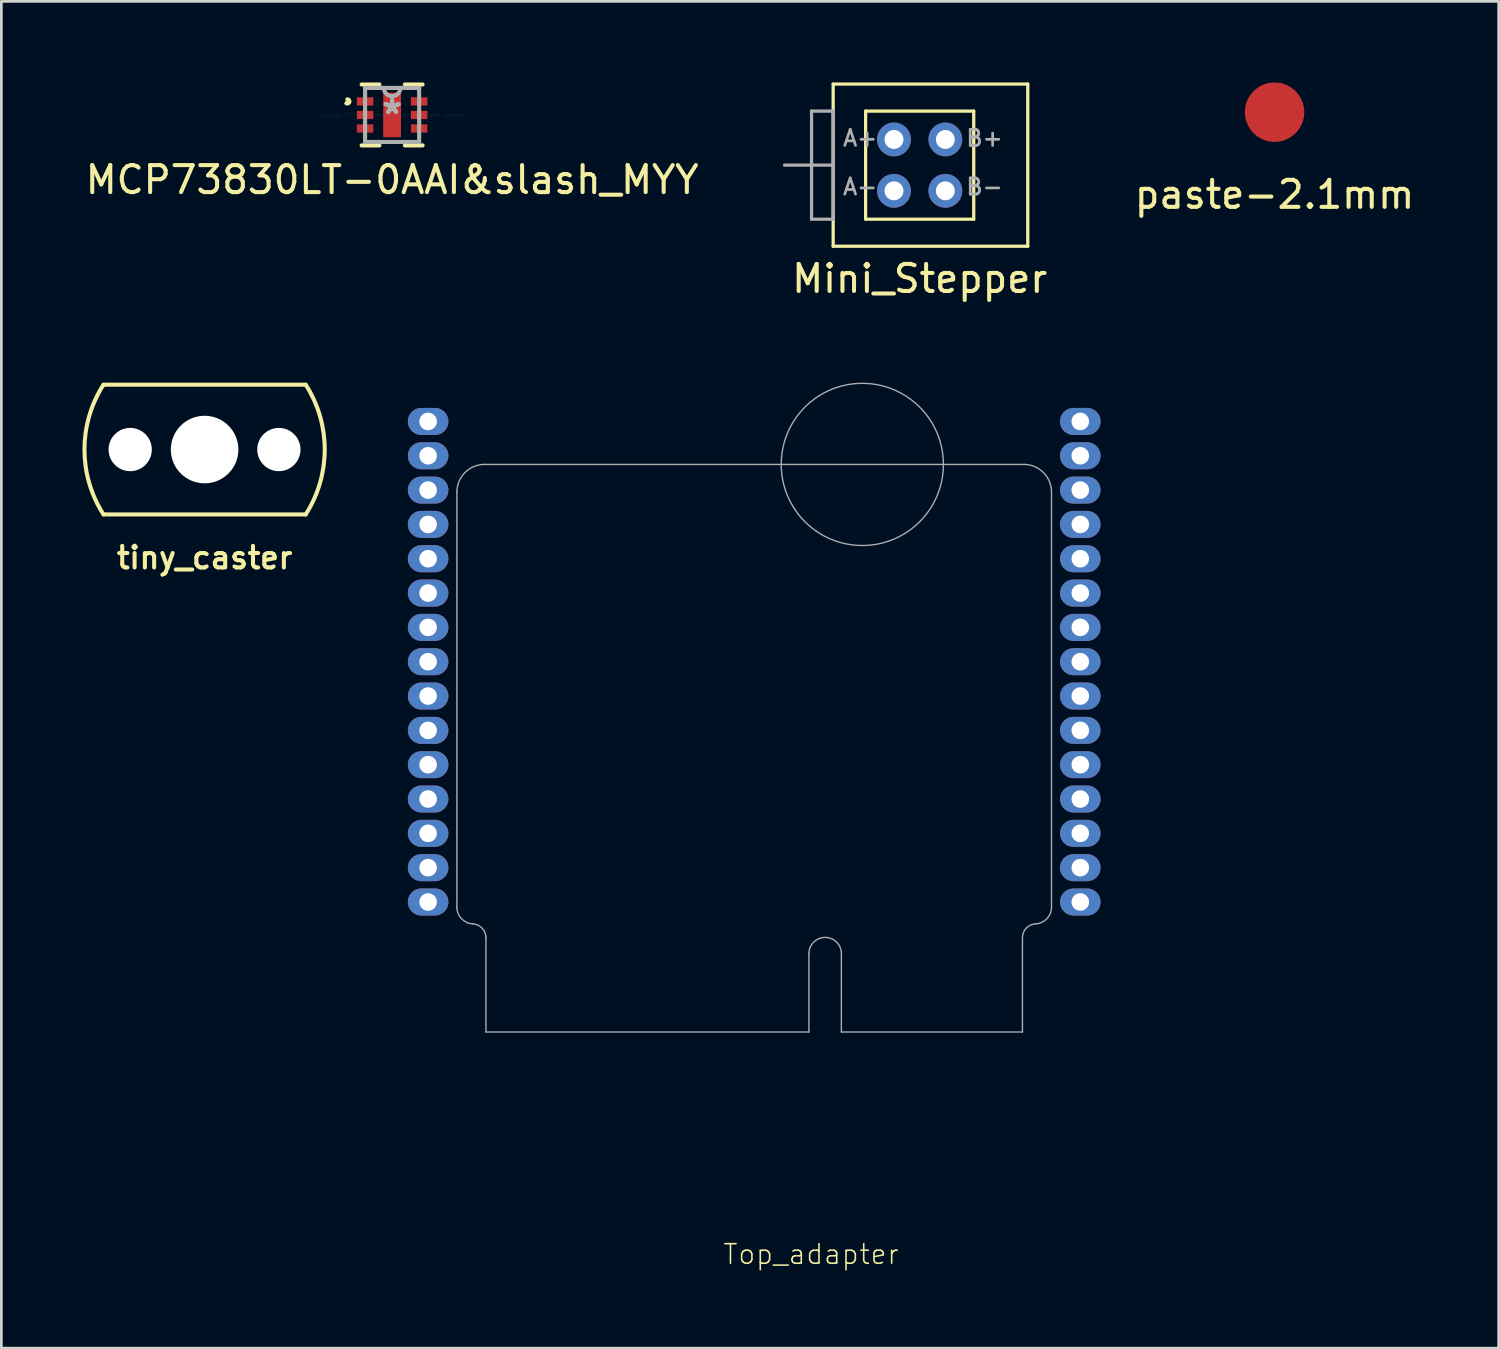
<source format=kicad_pcb>
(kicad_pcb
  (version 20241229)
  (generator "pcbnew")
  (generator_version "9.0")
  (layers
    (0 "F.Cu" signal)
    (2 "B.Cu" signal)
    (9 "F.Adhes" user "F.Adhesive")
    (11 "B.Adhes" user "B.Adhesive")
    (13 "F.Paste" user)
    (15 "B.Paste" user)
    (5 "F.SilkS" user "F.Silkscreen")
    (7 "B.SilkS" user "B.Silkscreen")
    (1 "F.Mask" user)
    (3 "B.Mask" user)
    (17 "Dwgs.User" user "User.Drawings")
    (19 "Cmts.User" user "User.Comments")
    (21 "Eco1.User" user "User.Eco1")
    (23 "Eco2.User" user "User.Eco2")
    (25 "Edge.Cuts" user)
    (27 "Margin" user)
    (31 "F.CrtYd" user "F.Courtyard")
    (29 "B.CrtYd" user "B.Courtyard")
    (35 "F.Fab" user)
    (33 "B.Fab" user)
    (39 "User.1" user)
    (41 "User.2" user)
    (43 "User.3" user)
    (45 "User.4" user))
  (footprint "paste-2.1mm"
    (layer "F.Cu")
    (at 44.108 1.1)
    (property "Reference" "paste-2.1mm" (at 0 3.048 0) (layer "F.SilkS") (effects (font (size 1 1) (thickness 0.15))))
    (attr through_hole)
    (pad "1" smd circle (at 0 0) (size 2.2 2.2) (layers "F.Cu" "F.Mask" "F.Paste")))
  (footprint "tiny_caster"
    (layer "F.Cu")
    (at 4.52 13.583)
    (property "Reference" "tiny_caster" (at 0 4 0) (layer "F.SilkS") (effects (font (size 0.8 0.8) (thickness 0.15))))
    (attr through_hole)
    (fp_line (start -3.741 -2.4) (end 3.741 -2.4) (stroke (width 0.15) (type solid)) (layer "F.SilkS"))
    (fp_line (start 3.741 2.4) (end -3.741 2.4) (stroke (width 0.15) (type solid)) (layer "F.SilkS"))
    (fp_arc (start -3.741393 2.4) (mid -4.445 0) (end -3.741393 -2.4) (stroke (width 0.15) (type solid)) (layer "F.SilkS"))
    (fp_arc (start 3.741393 -2.4) (mid 4.445 0) (end 3.741393 2.4) (stroke (width 0.15) (type solid)) (layer "F.SilkS"))
    (pad "" np_thru_hole circle (at -2.753 0) (size 1.6 1.6) (drill 1.6) (layers "*.Cu" "*.Mask"))
    (pad "" np_thru_hole circle (at 0 0) (size 2.5 2.5) (drill 2.5) (layers "*.Cu" "*.Mask"))
    (pad "" np_thru_hole circle (at 2.748 0) (size 1.6 1.6) (drill 1.6) (layers "*.Cu" "*.Mask")))
  (footprint "Mini_Stepper"
    (layer "F.Cu")
    (at 30.977 3.06)
    (property "Reference" "Mini_Stepper" (at 0 4.2 0) (layer "F.SilkS") (effects (font (size 1 1) (thickness 0.15))))
    (attr through_hole)
    (fp_line (start -3.2 -3) (end -3.2 3) (stroke (width 0.12) (type solid)) (layer "F.SilkS"))
    (fp_line (start -3.2 -3) (end 4 -3) (stroke (width 0.12) (type solid)) (layer "F.SilkS"))
    (fp_line (start -3.2 3) (end 4 3) (stroke (width 0.12) (type solid)) (layer "F.SilkS"))
    (fp_line (start -2 -2) (end -2 2) (stroke (width 0.12) (type solid)) (layer "F.SilkS"))
    (fp_line (start -2 2) (end 2 2) (stroke (width 0.12) (type solid)) (layer "F.SilkS"))
    (fp_line (start 2 -2) (end -2 -2) (stroke (width 0.12) (type solid)) (layer "F.SilkS"))
    (fp_line (start 2 2) (end 2 -2) (stroke (width 0.12) (type solid)) (layer "F.SilkS"))
    (fp_line (start 4 -3) (end 4 3) (stroke (width 0.12) (type solid)) (layer "F.SilkS"))
    (fp_line (start -4 -2) (end -4 2) (stroke (width 0.12) (type solid)) (layer "F.Fab"))
    (fp_line (start -4 2) (end -3.2 2) (stroke (width 0.12) (type solid)) (layer "F.Fab"))
    (fp_line (start -3.2 -2) (end -4 -2) (stroke (width 0.12) (type solid)) (layer "F.Fab"))
    (fp_line (start -3.2 0) (end -5 0) (stroke (width 0.12) (type solid)) (layer "F.Fab"))
    (fp_line (start -3.2 2) (end -3.2 -2) (stroke (width 0.12) (type solid)) (layer "F.Fab"))
    (fp_text user "B+" (at 2.4 -1 0) (layer "F.Fab") (effects (font (size 0.6 0.6) (thickness 0.1))))
    (fp_text user "B-" (at 2.4 0.8 0) (layer "F.Fab") (effects (font (size 0.6 0.6) (thickness 0.1))))
    (fp_text user "A-" (at -2.2 0.8 0) (layer "F.Fab") (effects (font (size 0.6 0.6) (thickness 0.1))))
    (fp_text user "A+" (at -2.2 -1 0) (layer "F.Fab") (effects (font (size 0.6 0.6) (thickness 0.1))))
    (pad "1" thru_hole circle (at -0.95 -0.95) (size 1.25 1.25) (drill 0.7) (layers "*.Cu" "*.Mask"))
    (pad "2" thru_hole circle (at -0.95 0.95) (size 1.25 1.25) (drill 0.7) (layers "*.Cu" "*.Mask"))
    (pad "3" thru_hole circle (at 0.95 -0.95) (size 1.25 1.25) (drill 0.7) (layers "*.Cu" "*.Mask"))
    (pad "4" thru_hole circle (at 0.95 0.95) (size 1.25 1.25) (drill 0.7) (layers "*.Cu" "*.Mask")))
  (footprint "MCP73830LT-0AAI&slash_MYY"
    (layer "F.Cu")
    (at 11.458 1.203)
    (property "Reference" "MCP73830LT-0AAI&slash_MYY" (at 0 2.4 0) (layer "F.SilkS") (effects (font (size 1 1) (thickness 0.15))))
    (attr through_hole)
    (fp_line (start -1.127 1.127) (end -0.471 1.127) (stroke (width 0.152) (type solid)) (layer "F.SilkS"))
    (fp_line (start -0.471 -1.127) (end -1.127 -1.127) (stroke (width 0.152) (type solid)) (layer "F.SilkS"))
    (fp_line (start 0.471 1.127) (end 1.127 1.127) (stroke (width 0.152) (type solid)) (layer "F.SilkS"))
    (fp_line (start 1.127 -1.127) (end 0.471 -1.127) (stroke (width 0.152) (type solid)) (layer "F.SilkS"))
    (fp_arc (start -1.6564 -0.5762) (mid -1.582571 -0.48114) (end -1.692946 -0.433135) (stroke (width 0.1524) (type solid)) (layer "F.SilkS"))
    (fp_line (start -1 -1) (end -1 1) (stroke (width 0.152) (type solid)) (layer "F.Fab"))
    (fp_line (start -1 1) (end 1 1) (stroke (width 0.152) (type solid)) (layer "F.Fab"))
    (fp_line (start 1 -1) (end -1 -1) (stroke (width 0.152) (type solid)) (layer "F.Fab"))
    (fp_line (start 1 1) (end 1 -1) (stroke (width 0.152) (type solid)) (layer "F.Fab"))
    (fp_arc (start 0.3048 -1) (mid 0 -0.6952) (end -0.3048 -1) (stroke (width 0.1524) (type solid)) (layer "F.Fab"))
    (fp_text user "*" (at 0 0 0) (layer "F.SilkS") (effects (font (size 1 1) (thickness 0.15))))
    (fp_text user "Copyright 2016 Accelerated Designs. All rights reserved." (at 0 0 0) (layer "Cmts.User") (effects (font (size 0.127 0.127) (thickness 0.002))))
    (fp_text user "*" (at 0 0 0) (layer "F.Fab") (effects (font (size 1 1) (thickness 0.15))))
    (pad "1" smd rect (at -1 -0.5) (size 0.61 0.305) (layers "F.Cu" "F.Mask" "F.Paste"))
    (pad "2" smd rect (at -1 0) (size 0.61 0.305) (layers "F.Cu" "F.Mask" "F.Paste"))
    (pad "3" smd rect (at -1 0.5) (size 0.61 0.305) (layers "F.Cu" "F.Mask" "F.Paste"))
    (pad "4" smd rect (at 1 0.5) (size 0.61 0.305) (layers "F.Cu" "F.Mask" "F.Paste"))
    (pad "5" smd rect (at 1 0) (size 0.61 0.305) (layers "F.Cu" "F.Mask" "F.Paste"))
    (pad "6" smd rect (at 1 -0.5) (size 0.61 0.305) (layers "F.Cu" "F.Mask" "F.Paste"))
    (pad "7" smd rect (at 0 0) (size 0.66 1.651) (layers "F.Cu" "F.Mask" "F.Paste")))
  (footprint "Top_adapter"
    (layer "F.Cu")
    (at 24.855 34.133)
    (property "Reference" "Top_adapter" (at 5.4 8.8 180) (layer "F.SilkS") (effects (font (size 0.724 0.724) (thickness 0.058)) (justify right top)))
    (attr through_hole)
    (fp_line (start -11 -19) (end -11 -3.6) (stroke (width 0.051) (type solid)) (layer "F.Fab"))
    (fp_line (start -9.925 1) (end -9.925 -2.5) (stroke (width 0.051) (type solid)) (layer "F.Fab"))
    (fp_line (start 2.025 -1.9) (end 2.025 1) (stroke (width 0.051) (type solid)) (layer "F.Fab"))
    (fp_line (start 2.025 1) (end -9.925 1) (stroke (width 0.051) (type solid)) (layer "F.Fab"))
    (fp_line (start 3.225 -1.9) (end 3.225 1) (stroke (width 0.051) (type solid)) (layer "F.Fab"))
    (fp_line (start 9.925 -2.5) (end 9.925 1) (stroke (width 0.051) (type solid)) (layer "F.Fab"))
    (fp_line (start 9.925 1) (end 3.225 1) (stroke (width 0.051) (type solid)) (layer "F.Fab"))
    (fp_line (start 10 -20) (end -10 -20) (stroke (width 0.051) (type solid)) (layer "F.Fab"))
    (fp_line (start 11 -19) (end 11 -3.6) (stroke (width 0.05) (type solid)) (layer "F.Fab"))
    (fp_arc (start -11 -19) (mid -10.7 -19.7) (end -10 -20) (stroke (width 0.05) (type solid)) (layer "F.Fab"))
    (fp_arc (start -10.400001 -2.999999) (mid -10.819362 -3.180638) (end -11 -3.6) (stroke (width 0.05) (type solid)) (layer "F.Fab"))
    (fp_arc (start -10.4 -3) (mid -10.066759 -2.840954) (end -9.925 -2.5) (stroke (width 0.0508) (type solid)) (layer "F.Fab"))
    (fp_arc (start 2.025 -1.9) (mid 2.625 -2.5) (end 3.225 -1.9) (stroke (width 0.0508) (type solid)) (layer "F.Fab"))
    (fp_arc (start 9.925 -2.5) (mid 10.065344 -2.842298) (end 10.4 -3) (stroke (width 0.0508) (type solid)) (layer "F.Fab"))
    (fp_arc (start 10 -20) (mid 10.7 -19.7) (end 11 -19) (stroke (width 0.05) (type solid)) (layer "F.Fab"))
    (fp_arc (start 10.999999 -3.599999) (mid 10.819361 -3.180638) (end 10.4 -3) (stroke (width 0.05) (type solid)) (layer "F.Fab"))
    (fp_circle (center 4 -20) (end 7 -20) (stroke (width 0.05) (type solid)) (fill no) (layer "F.Fab"))
    (pad "1" thru_hole oval (at -12.065 -21.59 90) (size 1 1.5) (drill 0.65) (layers "*.Cu" "*.Mask"))
    (pad "2" thru_hole oval (at -12.065 -20.32 90) (size 1 1.5) (drill 0.65) (layers "*.Cu" "*.Mask"))
    (pad "3" thru_hole oval (at -12.065 -19.05 90) (size 1 1.5) (drill 0.65) (layers "*.Cu" "*.Mask"))
    (pad "4" thru_hole oval (at -12.065 -17.78 90) (size 1 1.5) (drill 0.65) (layers "*.Cu" "*.Mask"))
    (pad "5" thru_hole oval (at -12.065 -16.51 90) (size 1 1.5) (drill 0.65) (layers "*.Cu" "*.Mask"))
    (pad "6" thru_hole oval (at -12.065 -15.24 90) (size 1 1.5) (drill 0.65) (layers "*.Cu" "*.Mask"))
    (pad "7" thru_hole oval (at -12.065 -13.97 90) (size 1 1.5) (drill 0.65) (layers "*.Cu" "*.Mask"))
    (pad "8" thru_hole oval (at -12.065 -12.7 90) (size 1 1.5) (drill 0.65) (layers "*.Cu" "*.Mask"))
    (pad "9" thru_hole oval (at -12.065 -11.43 90) (size 1 1.5) (drill 0.65) (layers "*.Cu" "*.Mask"))
    (pad "10" thru_hole oval (at -12.065 -10.16 90) (size 1 1.5) (drill 0.65) (layers "*.Cu" "*.Mask"))
    (pad "11" thru_hole oval (at -12.065 -8.89 90) (size 1 1.5) (drill 0.65) (layers "*.Cu" "*.Mask"))
    (pad "12" thru_hole oval (at -12.065 -7.62 90) (size 1 1.5) (drill 0.65) (layers "*.Cu" "*.Mask"))
    (pad "13" thru_hole oval (at -12.065 -6.35 90) (size 1 1.5) (drill 0.65) (layers "*.Cu" "*.Mask"))
    (pad "14" thru_hole oval (at -12.065 -5.08 90) (size 1 1.5) (drill 0.65) (layers "*.Cu" "*.Mask"))
    (pad "15" thru_hole oval (at -12.065 -3.81 90) (size 1 1.5) (drill 0.65) (layers "*.Cu" "*.Mask"))
    (pad "16" thru_hole oval (at 12.065 -3.81 90) (size 1 1.5) (drill 0.65) (layers "*.Cu" "*.Mask"))
    (pad "17" thru_hole oval (at 12.065 -5.08 90) (size 1 1.5) (drill 0.65) (layers "*.Cu" "*.Mask"))
    (pad "18" thru_hole oval (at 12.065 -6.35 90) (size 1 1.5) (drill 0.65) (layers "*.Cu" "*.Mask"))
    (pad "19" thru_hole oval (at 12.065 -7.62 90) (size 1 1.5) (drill 0.65) (layers "*.Cu" "*.Mask"))
    (pad "20" thru_hole oval (at 12.065 -8.89 90) (size 1 1.5) (drill 0.65) (layers "*.Cu" "*.Mask"))
    (pad "21" thru_hole oval (at 12.065 -10.16 90) (size 1 1.5) (drill 0.65) (layers "*.Cu" "*.Mask"))
    (pad "22" thru_hole oval (at 12.065 -11.43 90) (size 1 1.5) (drill 0.65) (layers "*.Cu" "*.Mask"))
    (pad "23" thru_hole oval (at 12.065 -12.7 90) (size 1 1.5) (drill 0.65) (layers "*.Cu" "*.Mask"))
    (pad "24" thru_hole oval (at 12.065 -13.97 90) (size 1 1.5) (drill 0.65) (layers "*.Cu" "*.Mask"))
    (pad "25" thru_hole oval (at 12.065 -15.24 90) (size 1 1.5) (drill 0.65) (layers "*.Cu" "*.Mask"))
    (pad "26" thru_hole oval (at 12.065 -16.51 90) (size 1 1.5) (drill 0.65) (layers "*.Cu" "*.Mask"))
    (pad "27" thru_hole oval (at 12.065 -17.78 90) (size 1 1.5) (drill 0.65) (layers "*.Cu" "*.Mask"))
    (pad "28" thru_hole oval (at 12.065 -19.05 90) (size 1 1.5) (drill 0.65) (layers "*.Cu" "*.Mask"))
    (pad "29" thru_hole oval (at 12.065 -20.32 90) (size 1 1.5) (drill 0.65) (layers "*.Cu" "*.Mask"))
    (pad "30" thru_hole oval (at 12.065 -21.59 90) (size 1 1.5) (drill 0.65) (layers "*.Cu" "*.Mask")))
  (gr_rect
    (start -3 -3)
    (end 52.399 46.831)
    (stroke (width 0.1) (type default))
    (fill no)
    (layer "Edge.Cuts")))
</source>
